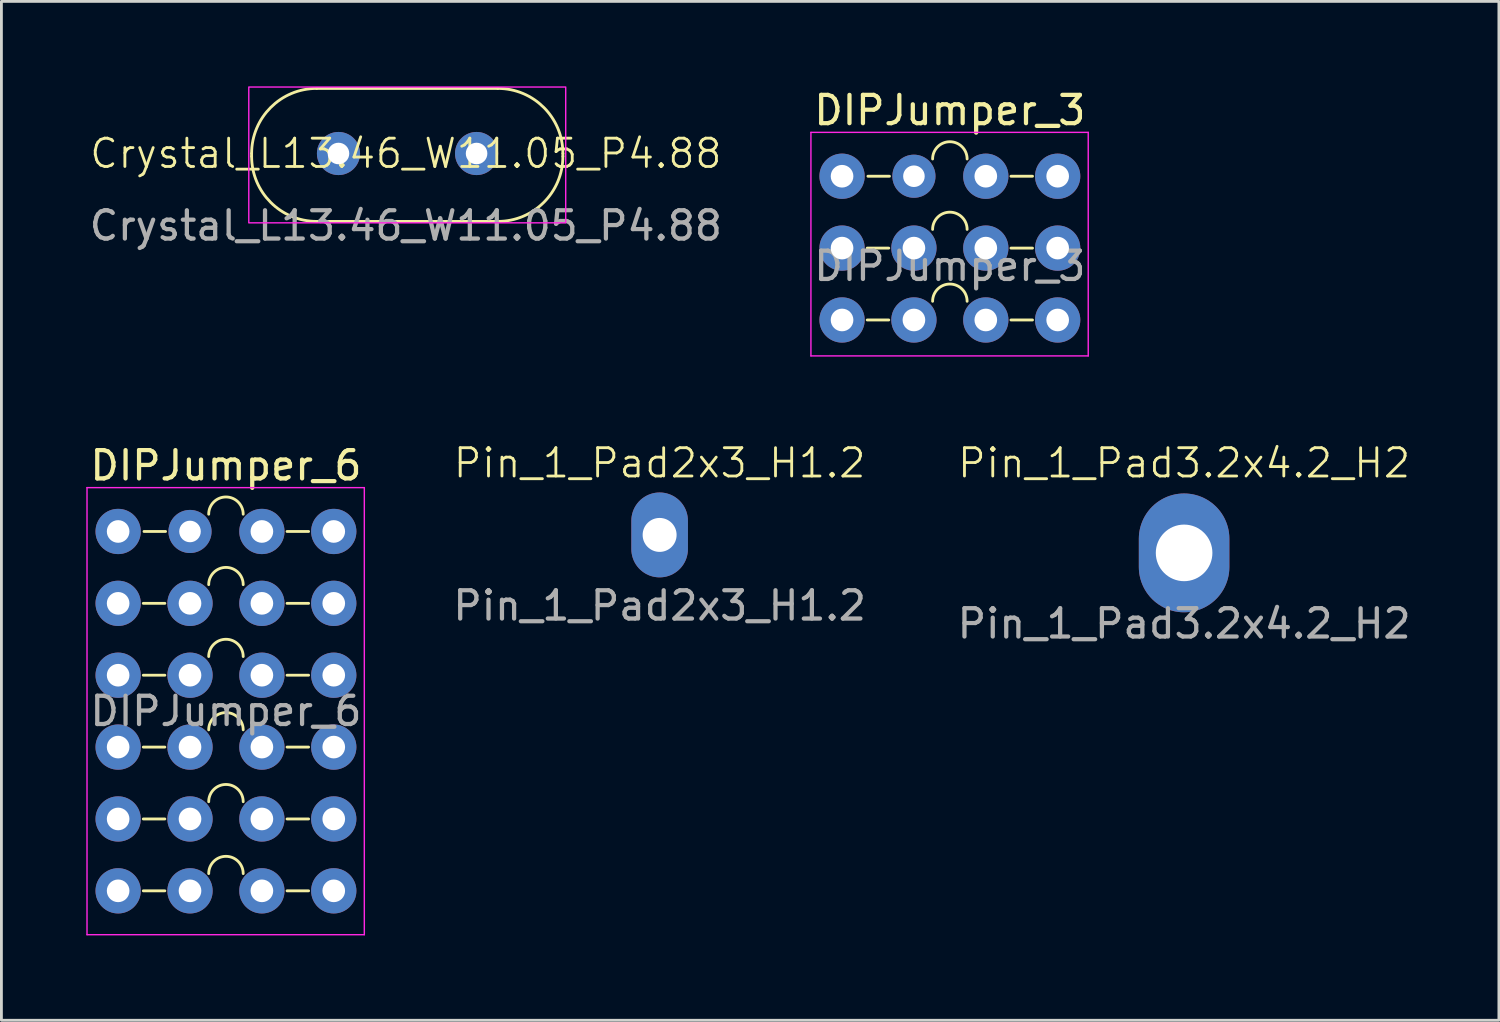
<source format=kicad_pcb>
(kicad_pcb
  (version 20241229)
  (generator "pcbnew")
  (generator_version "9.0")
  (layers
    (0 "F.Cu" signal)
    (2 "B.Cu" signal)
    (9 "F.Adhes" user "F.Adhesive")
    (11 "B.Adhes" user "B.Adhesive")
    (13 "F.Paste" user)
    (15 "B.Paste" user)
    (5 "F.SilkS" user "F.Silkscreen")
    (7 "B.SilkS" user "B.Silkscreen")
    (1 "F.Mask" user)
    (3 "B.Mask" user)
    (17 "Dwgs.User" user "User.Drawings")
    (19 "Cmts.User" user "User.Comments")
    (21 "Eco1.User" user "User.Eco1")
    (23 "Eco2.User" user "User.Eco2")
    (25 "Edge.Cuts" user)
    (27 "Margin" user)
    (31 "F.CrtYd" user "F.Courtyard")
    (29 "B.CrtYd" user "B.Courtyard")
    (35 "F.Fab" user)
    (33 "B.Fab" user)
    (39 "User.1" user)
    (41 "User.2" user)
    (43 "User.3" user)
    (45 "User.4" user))
  (footprint "Pin_1_Pad3.2x4.2_H2"
    (layer "F.Cu")
    (at 38.796 16.489)
    (property "Reference" "Pin_1_Pad3.2x4.2_H2" (at 0 -3.175 0) (unlocked yes) (layer "F.SilkS") (effects (font (size 1 1) (thickness 0.1))))
    (attr through_hole)
    (fp_text user "${REFERENCE}" (at 0 2.5 0) (unlocked yes) (layer "F.Fab") (effects (font (size 1 1) (thickness 0.15))))
    (pad "1" thru_hole oval (at 0 0) (size 3.2 4.2) (drill 2) (layers "*.Cu" "*.Mask")))
  (footprint "DIPJumper_3"
    (layer "F.Cu")
    (at 26.708 3.178)
    (property "Reference" "DIPJumper_3" (at 3.81 -2.33 0) (layer "F.SilkS") (effects (font (size 1 1) (thickness 0.15))))
    (attr through_hole)
    (fp_line (start 0.889 2.54) (end 1.651 2.54) (stroke (width 0.1) (type default)) (layer "F.SilkS"))
    (fp_line (start 0.889 5.08) (end 1.651 5.08) (stroke (width 0.1) (type default)) (layer "F.SilkS"))
    (fp_line (start 0.914 0) (end 1.676 0) (stroke (width 0.1) (type default)) (layer "F.SilkS"))
    (fp_line (start 5.969 0) (end 6.731 0) (stroke (width 0.1) (type default)) (layer "F.SilkS"))
    (fp_line (start 5.969 2.54) (end 6.731 2.54) (stroke (width 0.1) (type default)) (layer "F.SilkS"))
    (fp_line (start 5.969 5.08) (end 6.731 5.08) (stroke (width 0.1) (type default)) (layer "F.SilkS"))
    (fp_arc (start 3.2004 -0.6096) (mid 3.81 -1.2192) (end 4.4196 -0.6096) (stroke (width 0.1) (type default)) (layer "F.SilkS"))
    (fp_arc (start 3.2004 1.8796) (mid 3.81 1.27) (end 4.4196 1.8796) (stroke (width 0.1) (type default)) (layer "F.SilkS"))
    (fp_arc (start 3.2004 4.4196) (mid 3.81 3.81) (end 4.4196 4.4196) (stroke (width 0.1) (type default)) (layer "F.SilkS"))
    (fp_line (start -1.1 -1.55) (end -1.1 6.35) (stroke (width 0.05) (type solid)) (layer "F.CrtYd"))
    (fp_line (start -1.1 6.35) (end 8.7 6.35) (stroke (width 0.05) (type solid)) (layer "F.CrtYd"))
    (fp_line (start 8.7 -1.55) (end -1.1 -1.55) (stroke (width 0.05) (type solid)) (layer "F.CrtYd"))
    (fp_line (start 8.7 6.35) (end 8.7 -1.55) (stroke (width 0.05) (type solid)) (layer "F.CrtYd"))
    (fp_text user "${REFERENCE}" (at 3.81 3.175 0) (layer "F.Fab") (effects (font (size 1 1) (thickness 0.15))))
    (pad "1" thru_hole circle (at 0 0) (size 1.6 1.6) (drill 0.8) (layers "*.Cu" "*.Mask"))
    (pad "1" thru_hole circle (at 2.54 0) (size 1.524 1.524) (drill 0.762) (layers "*.Cu" "*.Mask"))
    (pad "2" thru_hole oval (at 5.08 0) (size 1.6 1.6) (drill 0.8) (layers "*.Cu" "*.Mask"))
    (pad "2" thru_hole oval (at 7.62 0) (size 1.6 1.6) (drill 0.8) (layers "*.Cu" "*.Mask"))
    (pad "3" thru_hole oval (at 0 2.54) (size 1.6 1.6) (drill 0.8) (layers "*.Cu" "*.Mask"))
    (pad "3" thru_hole oval (at 2.54 2.54) (size 1.6 1.6) (drill 0.8) (layers "*.Cu" "*.Mask"))
    (pad "4" thru_hole oval (at 5.08 2.54) (size 1.6 1.6) (drill 0.8) (layers "*.Cu" "*.Mask"))
    (pad "4" thru_hole oval (at 7.62 2.54) (size 1.6 1.6) (drill 0.8) (layers "*.Cu" "*.Mask"))
    (pad "5" thru_hole oval (at 0 5.08) (size 1.6 1.6) (drill 0.8) (layers "*.Cu" "*.Mask"))
    (pad "5" thru_hole oval (at 2.54 5.08) (size 1.6 1.6) (drill 0.8) (layers "*.Cu" "*.Mask"))
    (pad "6" thru_hole oval (at 5.08 5.08) (size 1.6 1.6) (drill 0.8) (layers "*.Cu" "*.Mask"))
    (pad "6" thru_hole oval (at 7.62 5.08) (size 1.6 1.6) (drill 0.8) (layers "*.Cu" "*.Mask")))
  (footprint "Crystal_L13.46_W11.05_P4.88"
    (layer "F.Cu")
    (at 11.292 2.375)
    (property "Reference" "Crystal_L13.46_W11.05_P4.88" (at 0 0 0) (unlocked yes) (layer "F.SilkS") (effects (font (size 1 1) (thickness 0.1))))
    (attr through_hole)
    (fp_line (start -5.45 0) (end -5.45 0.1) (stroke (width 0.1) (type default)) (layer "F.SilkS"))
    (fp_line (start -3.15 -2.3) (end 3.25 -2.3) (stroke (width 0.1) (type default)) (layer "F.SilkS"))
    (fp_line (start -3.15 2.4) (end 3.25 2.4) (stroke (width 0.1) (type default)) (layer "F.SilkS"))
    (fp_line (start 5.55 0) (end 5.55 0.1) (stroke (width 0.1) (type default)) (layer "F.SilkS"))
    (fp_arc (start -5.45 0) (mid -4.776346 -1.626346) (end -3.15 -2.3) (stroke (width 0.1) (type default)) (layer "F.SilkS"))
    (fp_arc (start -3.15 2.4) (mid -4.776346 1.726346) (end -5.45 0.1) (stroke (width 0.1) (type default)) (layer "F.SilkS"))
    (fp_arc (start 3.25 -2.3) (mid 4.876346 -1.626346) (end 5.55 0) (stroke (width 0.1) (type default)) (layer "F.SilkS"))
    (fp_arc (start 5.55 0.1) (mid 4.876346 1.726346) (end 3.25 2.4) (stroke (width 0.1) (type default)) (layer "F.SilkS"))
    (fp_rect (start -5.55 -2.35) (end 5.65 2.45) (stroke (width 0.05) (type default)) (fill no) (layer "F.CrtYd"))
    (fp_text user "${REFERENCE}" (at 0 2.55 0) (unlocked yes) (layer "F.Fab") (effects (font (size 1 1) (thickness 0.15))))
    (pad "1" thru_hole circle (at -2.38 0) (size 1.524 1.524) (drill 0.762) (layers "*.Cu" "*.Mask"))
    (pad "2" thru_hole circle (at 2.5 0) (size 1.524 1.524) (drill 0.762) (layers "*.Cu" "*.Mask")))
  (footprint "DIPJumper_6"
    (layer "F.Cu")
    (at 1.125 15.732)
    (property "Reference" "DIPJumper_6" (at 3.81 -2.33 0) (layer "F.SilkS") (effects (font (size 1 1) (thickness 0.15))))
    (attr through_hole)
    (fp_line (start 0.889 2.54) (end 1.651 2.54) (stroke (width 0.1) (type default)) (layer "F.SilkS"))
    (fp_line (start 0.889 5.08) (end 1.651 5.08) (stroke (width 0.1) (type default)) (layer "F.SilkS"))
    (fp_line (start 0.889 7.62) (end 1.651 7.62) (stroke (width 0.1) (type default)) (layer "F.SilkS"))
    (fp_line (start 0.889 10.16) (end 1.651 10.16) (stroke (width 0.1) (type default)) (layer "F.SilkS"))
    (fp_line (start 0.889 12.7) (end 1.651 12.7) (stroke (width 0.1) (type default)) (layer "F.SilkS"))
    (fp_line (start 0.914 0) (end 1.676 0) (stroke (width 0.1) (type default)) (layer "F.SilkS"))
    (fp_line (start 5.969 0) (end 6.731 0) (stroke (width 0.1) (type default)) (layer "F.SilkS"))
    (fp_line (start 5.969 2.54) (end 6.731 2.54) (stroke (width 0.1) (type default)) (layer "F.SilkS"))
    (fp_line (start 5.969 5.08) (end 6.731 5.08) (stroke (width 0.1) (type default)) (layer "F.SilkS"))
    (fp_line (start 5.969 7.62) (end 6.731 7.62) (stroke (width 0.1) (type default)) (layer "F.SilkS"))
    (fp_line (start 5.969 10.16) (end 6.731 10.16) (stroke (width 0.1) (type default)) (layer "F.SilkS"))
    (fp_line (start 5.969 12.7) (end 6.731 12.7) (stroke (width 0.1) (type default)) (layer "F.SilkS"))
    (fp_arc (start 3.2004 -0.6096) (mid 3.81 -1.2192) (end 4.4196 -0.6096) (stroke (width 0.1) (type default)) (layer "F.SilkS"))
    (fp_arc (start 3.2004 1.8796) (mid 3.81 1.27) (end 4.4196 1.8796) (stroke (width 0.1) (type default)) (layer "F.SilkS"))
    (fp_arc (start 3.2004 4.4196) (mid 3.81 3.81) (end 4.4196 4.4196) (stroke (width 0.1) (type default)) (layer "F.SilkS"))
    (fp_arc (start 3.2004 7.0104) (mid 3.81 6.4008) (end 4.4196 7.0104) (stroke (width 0.1) (type default)) (layer "F.SilkS"))
    (fp_arc (start 3.2004 9.5504) (mid 3.81 8.9408) (end 4.4196 9.5504) (stroke (width 0.1) (type default)) (layer "F.SilkS"))
    (fp_arc (start 3.2004 12.0904) (mid 3.81 11.4808) (end 4.4196 12.0904) (stroke (width 0.1) (type default)) (layer "F.SilkS"))
    (fp_line (start -1.1 -1.55) (end -1.1 14.25) (stroke (width 0.05) (type solid)) (layer "F.CrtYd"))
    (fp_line (start -1.1 14.25) (end 8.7 14.25) (stroke (width 0.05) (type solid)) (layer "F.CrtYd"))
    (fp_line (start 8.7 -1.55) (end -1.1 -1.55) (stroke (width 0.05) (type solid)) (layer "F.CrtYd"))
    (fp_line (start 8.7 14.25) (end 8.7 -1.55) (stroke (width 0.05) (type solid)) (layer "F.CrtYd"))
    (fp_text user "${REFERENCE}" (at 3.81 6.35 0) (layer "F.Fab") (effects (font (size 1 1) (thickness 0.15))))
    (pad "1" thru_hole circle (at 0 0) (size 1.6 1.6) (drill 0.8) (layers "*.Cu" "*.Mask"))
    (pad "1" thru_hole circle (at 2.54 0) (size 1.524 1.524) (drill 0.762) (layers "*.Cu" "*.Mask"))
    (pad "2" thru_hole oval (at 5.08 0) (size 1.6 1.6) (drill 0.8) (layers "*.Cu" "*.Mask"))
    (pad "2" thru_hole oval (at 7.62 0) (size 1.6 1.6) (drill 0.8) (layers "*.Cu" "*.Mask"))
    (pad "3" thru_hole oval (at 0 2.54) (size 1.6 1.6) (drill 0.8) (layers "*.Cu" "*.Mask"))
    (pad "3" thru_hole oval (at 2.54 2.54) (size 1.6 1.6) (drill 0.8) (layers "*.Cu" "*.Mask"))
    (pad "4" thru_hole oval (at 5.08 2.54) (size 1.6 1.6) (drill 0.8) (layers "*.Cu" "*.Mask"))
    (pad "4" thru_hole oval (at 7.62 2.54) (size 1.6 1.6) (drill 0.8) (layers "*.Cu" "*.Mask"))
    (pad "5" thru_hole oval (at 0 5.08) (size 1.6 1.6) (drill 0.8) (layers "*.Cu" "*.Mask"))
    (pad "5" thru_hole oval (at 2.54 5.08) (size 1.6 1.6) (drill 0.8) (layers "*.Cu" "*.Mask"))
    (pad "6" thru_hole oval (at 5.08 5.08) (size 1.6 1.6) (drill 0.8) (layers "*.Cu" "*.Mask"))
    (pad "6" thru_hole oval (at 7.62 5.08) (size 1.6 1.6) (drill 0.8) (layers "*.Cu" "*.Mask"))
    (pad "7" thru_hole oval (at 0 7.62) (size 1.6 1.6) (drill 0.8) (layers "*.Cu" "*.Mask"))
    (pad "7" thru_hole oval (at 2.54 7.62) (size 1.6 1.6) (drill 0.8) (layers "*.Cu" "*.Mask"))
    (pad "8" thru_hole oval (at 5.08 7.62) (size 1.6 1.6) (drill 0.8) (layers "*.Cu" "*.Mask"))
    (pad "8" thru_hole oval (at 7.62 7.62) (size 1.6 1.6) (drill 0.8) (layers "*.Cu" "*.Mask"))
    (pad "9" thru_hole oval (at 0 10.16) (size 1.6 1.6) (drill 0.8) (layers "*.Cu" "*.Mask"))
    (pad "9" thru_hole oval (at 2.54 10.16) (size 1.6 1.6) (drill 0.8) (layers "*.Cu" "*.Mask"))
    (pad "10" thru_hole oval (at 5.08 10.16) (size 1.6 1.6) (drill 0.8) (layers "*.Cu" "*.Mask"))
    (pad "10" thru_hole oval (at 7.62 10.16) (size 1.6 1.6) (drill 0.8) (layers "*.Cu" "*.Mask"))
    (pad "11" thru_hole oval (at 0 12.7) (size 1.6 1.6) (drill 0.8) (layers "*.Cu" "*.Mask"))
    (pad "11" thru_hole oval (at 2.54 12.7) (size 1.6 1.6) (drill 0.8) (layers "*.Cu" "*.Mask"))
    (pad "12" thru_hole oval (at 5.08 12.7) (size 1.6 1.6) (drill 0.8) (layers "*.Cu" "*.Mask"))
    (pad "12" thru_hole oval (at 7.62 12.7) (size 1.6 1.6) (drill 0.8) (layers "*.Cu" "*.Mask")))
  (footprint "Pin_1_Pad2x3_H1.2"
    (layer "F.Cu")
    (at 20.261 15.854)
    (property "Reference" "Pin_1_Pad2x3_H1.2" (at 0 -2.54 0) (unlocked yes) (layer "F.SilkS") (effects (font (size 1 1) (thickness 0.1))))
    (attr through_hole)
    (fp_text user "${REFERENCE}" (at 0 2.5 0) (unlocked yes) (layer "F.Fab") (effects (font (size 1 1) (thickness 0.15))))
    (pad "1" thru_hole oval (at 0 0) (size 2 3) (drill 1.2) (layers "*.Cu" "*.Mask")))
  (gr_rect
    (start -3 -3)
    (end 49.921 33.007)
    (stroke (width 0.1) (type default))
    (fill no)
    (layer "Edge.Cuts")))
</source>
